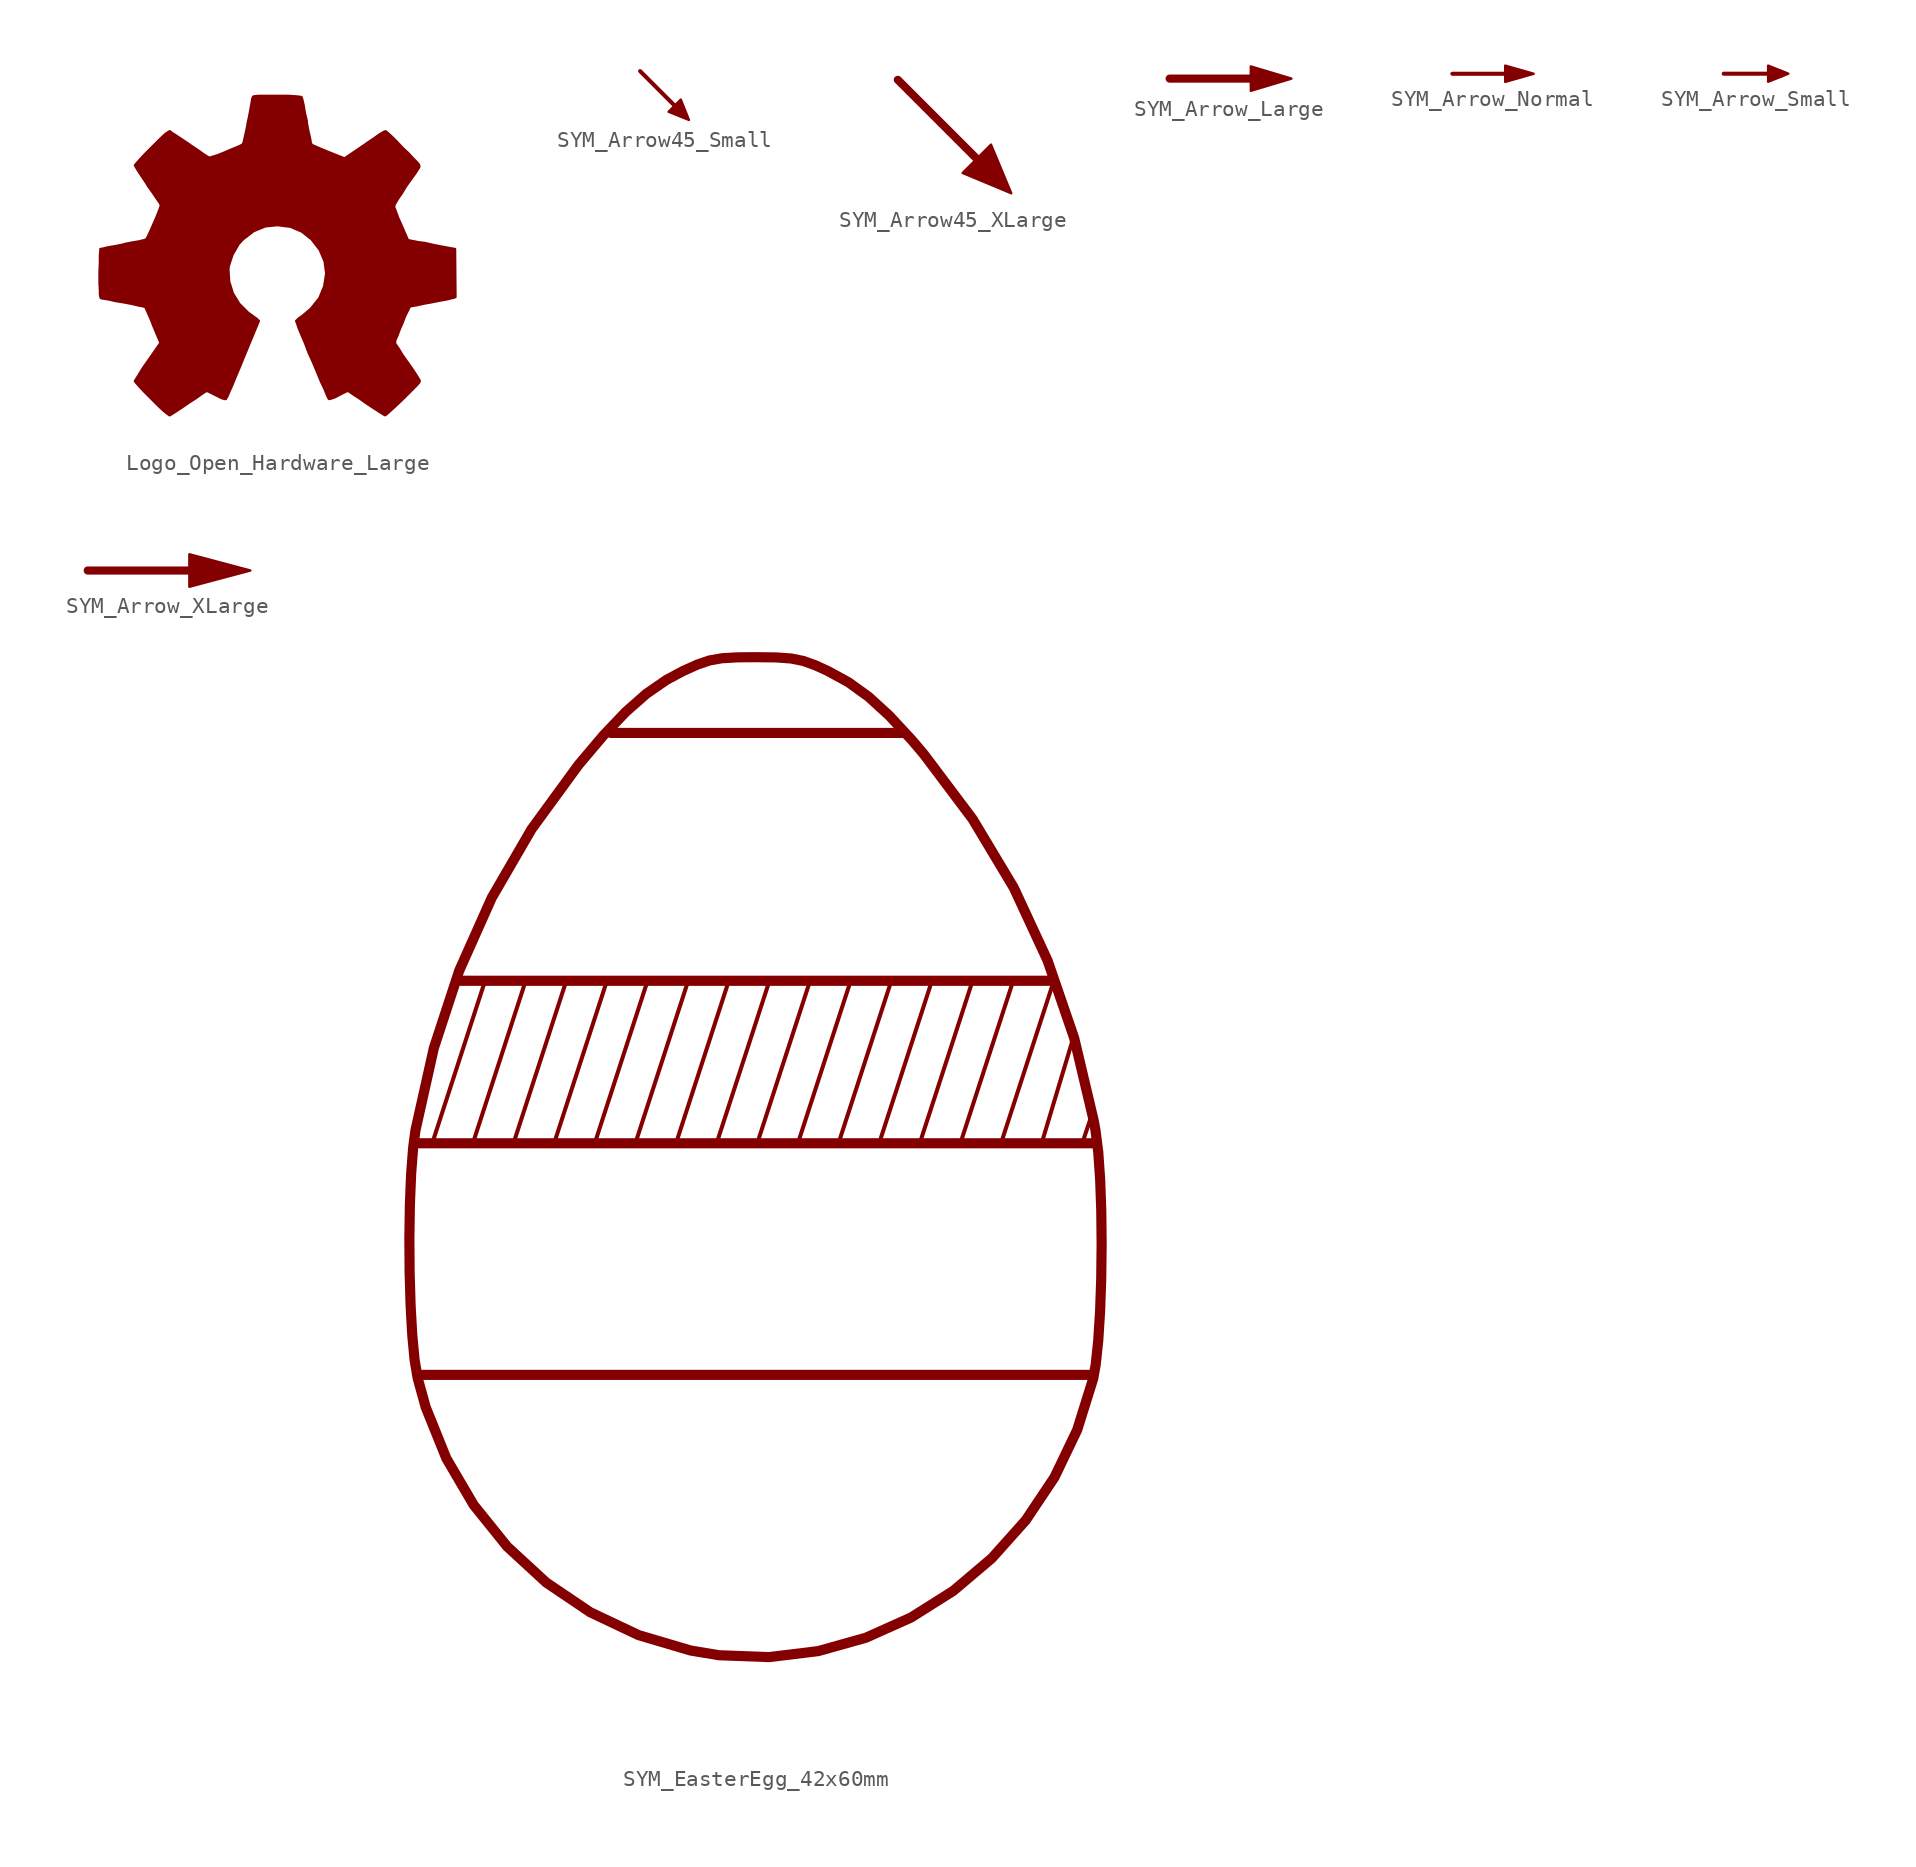
<source format=kicad_sym>
(kicad_symbol_lib
  (version 20241209)
  (generator "kicad_symbol_editor")
  (generator_version "9.0")
  (symbol "Logo_Open_Hardware_Large"
    (property "Reference" "#SYM"
      (at 0 12.7 0)
      (effects (font (size 1.27 1.27)) (hide yes)))
    (symbol "Logo_Open_Hardware_Large_1_1"
      (polyline (pts (xy 6.731 -8.712) (xy 6.629 -8.661) (xy 6.35 -8.484) (xy 5.994 -8.255) (xy 5.537 -7.95) (xy 5.105 -7.645) (xy 4.75 -7.417) (xy 4.496 -7.239) (xy 4.394 -7.188) (xy 4.318 -7.214) (xy 4.115 -7.315) (xy 3.81 -7.468) (xy 3.632 -7.569) (xy 3.353 -7.671) (xy 3.226 -7.696) (xy 3.2 -7.671) (xy 3.099 -7.468) (xy 2.946 -7.087) (xy 2.718 -6.604) (xy 2.489 -6.045) (xy 2.235 -5.436) (xy 1.956 -4.826) (xy 1.727 -4.216) (xy 1.499 -3.683) (xy 1.321 -3.251) (xy 1.219 -2.946) (xy 1.168 -2.819) (xy 1.194 -2.794) (xy 1.321 -2.667) (xy 1.575 -2.489) (xy 2.083 -2.057) (xy 2.616 -1.397) (xy 2.921 -0.66) (xy 3.048 0.152) (xy 2.946 0.914) (xy 2.642 1.626) (xy 2.134 2.286) (xy 1.524 2.769) (xy 0.813 3.073) (xy 0 3.175) (xy -0.762 3.099) (xy -1.499 2.794) (xy -2.159 2.286) (xy -2.438 1.981) (xy -2.819 1.321) (xy -3.048 0.61) (xy -3.073 0.432) (xy -3.023 -0.356) (xy -2.794 -1.092) (xy -2.388 -1.753) (xy -1.829 -2.311) (xy -1.753 -2.362) (xy -1.473 -2.565) (xy -1.295 -2.692) (xy -1.168 -2.819) (xy -2.159 -5.207) (xy -2.311 -5.588) (xy -2.591 -6.248) (xy -2.819 -6.807) (xy -3.023 -7.264) (xy -3.15 -7.569) (xy -3.226 -7.671) (xy -3.226 -7.696) (xy -3.302 -7.696) (xy -3.48 -7.645) (xy -3.835 -7.468) (xy -4.039 -7.366) (xy -4.293 -7.239) (xy -4.42 -7.188) (xy -4.521 -7.239) (xy -4.75 -7.391) (xy -5.105 -7.645) (xy -5.537 -7.925) (xy -5.944 -8.204) (xy -6.325 -8.458) (xy -6.604 -8.636) (xy -6.731 -8.712) (xy -6.756 -8.712) (xy -6.858 -8.636) (xy -7.087 -8.458) (xy -7.417 -8.153) (xy -7.874 -7.696) (xy -7.95 -7.62) (xy -8.331 -7.239) (xy -8.636 -6.909) (xy -8.839 -6.68) (xy -8.915 -6.579) (xy -8.915 -6.579) (xy -8.839 -6.452) (xy -8.661 -6.172) (xy -8.433 -5.791) (xy -8.128 -5.359) (xy -7.315 -4.191) (xy -7.772 -3.099) (xy -7.899 -2.769) (xy -8.077 -2.362) (xy -8.204 -2.083) (xy -8.255 -1.956) (xy -8.382 -1.905) (xy -8.661 -1.854) (xy -9.093 -1.753) (xy -9.627 -1.651) (xy -10.109 -1.575) (xy -10.541 -1.473) (xy -10.871 -1.422) (xy -11.024 -1.397) (xy -11.049 -1.372) (xy -11.074 -1.295) (xy -11.1 -1.143) (xy -11.1 -0.889) (xy -11.125 -0.457) (xy -11.125 0.152) (xy -11.125 0.229) (xy -11.1 0.813) (xy -11.1 1.27) (xy -11.074 1.549) (xy -11.074 1.676) (xy -11.074 1.676) (xy -10.922 1.702) (xy -10.617 1.778) (xy -10.16 1.854) (xy -9.652 1.956) (xy -9.601 1.981) (xy -9.093 2.083) (xy -8.636 2.159) (xy -8.331 2.235) (xy -8.204 2.286) (xy -8.179 2.311) (xy -8.077 2.515) (xy -7.925 2.845) (xy -7.747 3.251) (xy -7.569 3.658) (xy -7.417 4.039) (xy -7.315 4.318) (xy -7.29 4.445) (xy -7.29 4.445) (xy -7.366 4.572) (xy -7.544 4.826) (xy -7.798 5.207) (xy -8.128 5.664) (xy -8.128 5.69) (xy -8.433 6.147) (xy -8.687 6.528) (xy -8.839 6.782) (xy -8.915 6.909) (xy -8.915 6.909) (xy -8.814 7.036) (xy -8.585 7.29) (xy -8.255 7.645) (xy -7.874 8.026) (xy -7.747 8.153) (xy -7.315 8.585) (xy -7.01 8.865) (xy -6.833 8.992) (xy -6.731 9.042) (xy -6.731 9.042) (xy -6.604 8.941) (xy -6.325 8.763) (xy -5.944 8.509) (xy -5.486 8.204) (xy -5.461 8.179) (xy -5.004 7.874) (xy -4.648 7.62) (xy -4.369 7.442) (xy -4.267 7.391) (xy -4.242 7.391) (xy -4.064 7.442) (xy -3.734 7.544) (xy -3.353 7.696) (xy -2.946 7.874) (xy -2.565 8.026) (xy -2.286 8.153) (xy -2.159 8.23) (xy -2.159 8.23) (xy -2.108 8.382) (xy -2.032 8.712) (xy -1.93 9.169) (xy -1.829 9.728) (xy -1.803 9.804) (xy -1.702 10.338) (xy -1.626 10.77) (xy -1.575 11.074) (xy -1.524 11.201) (xy -1.448 11.227) (xy -1.194 11.252) (xy -0.813 11.252) (xy -0.33 11.252) (xy 0.152 11.252) (xy 0.66 11.252) (xy 1.067 11.227) (xy 1.372 11.201) (xy 1.499 11.176) (xy 1.499 11.176) (xy 1.549 11.024) (xy 1.626 10.693) (xy 1.702 10.211) (xy 1.829 9.677) (xy 1.829 9.576) (xy 1.93 9.042) (xy 2.032 8.611) (xy 2.083 8.306) (xy 2.134 8.204) (xy 2.159 8.179) (xy 2.388 8.077) (xy 2.743 7.925) (xy 3.175 7.747) (xy 4.191 7.341) (xy 5.461 8.204) (xy 5.563 8.28) (xy 6.02 8.585) (xy 6.375 8.839) (xy 6.629 8.992) (xy 6.756 9.042) (xy 6.756 9.042) (xy 6.883 8.941) (xy 7.137 8.712) (xy 7.468 8.382) (xy 7.849 7.976) (xy 8.153 7.696) (xy 8.484 7.341) (xy 8.712 7.112) (xy 8.839 6.96) (xy 8.865 6.858) (xy 8.865 6.807) (xy 8.788 6.68) (xy 8.611 6.401) (xy 8.331 6.02) (xy 8.026 5.588) (xy 7.798 5.207) (xy 7.518 4.801) (xy 7.341 4.496) (xy 7.29 4.343) (xy 7.29 4.293) (xy 7.391 4.039) (xy 7.518 3.683) (xy 7.722 3.226) (xy 8.153 2.235) (xy 8.788 2.108) (xy 9.195 2.057) (xy 9.754 1.93) (xy 10.262 1.829) (xy 11.1 1.676) (xy 11.125 -1.321) (xy 10.998 -1.372) (xy 10.871 -1.397) (xy 10.566 -1.473) (xy 10.135 -1.549) (xy 9.627 -1.651) (xy 9.195 -1.727) (xy 8.738 -1.829) (xy 8.433 -1.88) (xy 8.28 -1.905) (xy 8.255 -1.956) (xy 8.153 -2.159) (xy 7.976 -2.515) (xy 7.823 -2.921) (xy 7.645 -3.327) (xy 7.493 -3.734) (xy 7.366 -4.013) (xy 7.341 -4.191) (xy 7.391 -4.293) (xy 7.569 -4.547) (xy 7.798 -4.928) (xy 8.103 -5.359) (xy 8.407 -5.791) (xy 8.661 -6.172) (xy 8.814 -6.426) (xy 8.89 -6.553) (xy 8.865 -6.655) (xy 8.687 -6.858) (xy 8.357 -7.188) (xy 7.874 -7.671) (xy 7.798 -7.747) (xy 7.391 -8.128) (xy 7.061 -8.433) (xy 6.833 -8.636) (xy 6.731 -8.712)) (stroke (width 0) (type default)) (fill (type outline)))))
  (symbol "SYM_Arrow45_Small"
    (property "Reference" "#SYM"
      (at 4.318 1.016 0)
      (effects (font (size 1.27 1.27)) (hide yes)))
    (symbol "SYM_Arrow45_Small_0_1"
      (polyline (pts (xy 1.27 -1.27) (xy -1.524 1.524)) (stroke (width 0.254) (type default)) (fill (type none)))
      (polyline (pts (xy 1.524 -1.524) (xy 0.254 -1.016) (xy 1.016 -0.254) (xy 1.524 -1.524)) (stroke (width 0) (type default)) (fill (type outline)))))
  (symbol "SYM_Arrow45_XLarge"
    (property "Reference" "#SYM"
      (at 2.794 2.54 0)
      (effects (font (size 1.27 1.27)) (hide yes)))
    (symbol "SYM_Arrow45_XLarge_0_1"
      (polyline (pts (xy 3.048 -3.048) (xy -3.556 3.556)) (stroke (width 0.508) (type default)) (fill (type none)))
      (polyline (pts (xy 3.556 -3.556) (xy 0.508 -2.286) (xy 2.286 -0.508) (xy 3.556 -3.556)) (stroke (width 0) (type default)) (fill (type outline)))))
  (symbol "SYM_Arrow_Large"
    (property "Reference" "#SYM"
      (at 0 2.286 0)
      (effects (font (size 1.27 1.27)) (hide yes)))
    (symbol "SYM_Arrow_Large_0_1"
      (polyline (pts (xy 2.54 0) (xy -3.81 0)) (stroke (width 0.508) (type default)) (fill (type none)))
      (polyline (pts (xy 3.81 0) (xy 1.27 -0.762) (xy 1.27 0.762) (xy 3.81 0)) (stroke (width 0) (type default)) (fill (type outline)))))
  (symbol "SYM_Arrow_Normal"
    (property "Reference" "#SYM"
      (at 0 1.524 0)
      (effects (font (size 1.27 1.27)) (hide yes)))
    (symbol "SYM_Arrow_Normal_0_1"
      (polyline (pts (xy 1.524 0) (xy -2.54 0)) (stroke (width 0.254) (type default)) (fill (type none)))
      (polyline (pts (xy 2.54 0) (xy 0.762 -0.508) (xy 0.762 0.508) (xy 2.54 0)) (stroke (width 0) (type default)) (fill (type outline)))))
  (symbol "SYM_Arrow_Small"
    (property "Reference" "#SYM"
      (at 0 1.524 0)
      (effects (font (size 1.27 1.27)) (hide yes)))
    (symbol "SYM_Arrow_Small_0_1"
      (polyline (pts (xy 1.524 0) (xy -2.032 0)) (stroke (width 0.254) (type default)) (fill (type none)))
      (polyline (pts (xy 2.032 0) (xy 0.762 -0.508) (xy 0.762 0.508) (xy 2.032 0)) (stroke (width 0) (type default)) (fill (type outline)))))
  (symbol "SYM_Arrow_XLarge"
    (property "Reference" "#SYM"
      (at 0 2.286 0)
      (effects (font (size 1.27 1.27)) (hide yes)))
    (symbol "SYM_Arrow_XLarge_0_1"
      (polyline (pts (xy 2.54 0) (xy -5.08 0)) (stroke (width 0.508) (type default)) (fill (type none)))
      (polyline (pts (xy 5.08 0) (xy 1.27 -1.016) (xy 1.27 1.016) (xy 5.08 0)) (stroke (width 0) (type default)) (fill (type outline)))))
  (symbol "SYM_EasterEgg_42x60mm"
    (property "Reference" "SYM"
      (at 0 0 0)
      (effects (font (size 1.27 1.27)) (hide yes)))
    (symbol "SYM_EasterEgg_42x60mm_0_0"
      (polyline (pts (xy -21.336 31.75) (xy 21.082 31.75)) (stroke (width 0.635) (type default)) (fill (type none)))
      (polyline (pts (xy -21.082 17.272) (xy 20.828 17.272)) (stroke (width 0.635) (type default)) (fill (type none)))
      (polyline (pts (xy -20.32 31.75) (xy -17.018 41.91)) (stroke (width 0.254) (type default)) (fill (type none)))
      (polyline (pts (xy -18.542 41.91) (xy 18.542 41.91)) (stroke (width 0.635) (type default)) (fill (type none)))
      (polyline (pts (xy -17.78 31.75) (xy -14.478 41.91)) (stroke (width 0.254) (type default)) (fill (type none)))
      (polyline (pts (xy -15.24 31.75) (xy -11.938 41.91)) (stroke (width 0.254) (type default)) (fill (type none)))
      (polyline (pts (xy -12.7 31.75) (xy -9.398 41.91)) (stroke (width 0.254) (type default)) (fill (type none)))
      (polyline (pts (xy -10.16 31.75) (xy -6.858 41.91)) (stroke (width 0.254) (type default)) (fill (type none)))
      (polyline (pts (xy -9.144 57.404) (xy 9.144 57.404)) (stroke (width 0.635) (type default)) (fill (type none)))
      (polyline (pts (xy -7.62 31.75) (xy -4.318 41.91)) (stroke (width 0.254) (type default)) (fill (type none)))
      (polyline (pts (xy -5.08 31.75) (xy -1.778 41.91)) (stroke (width 0.254) (type default)) (fill (type none)))
      (polyline (pts (xy -2.54 31.75) (xy 0.762 41.91)) (stroke (width 0.254) (type default)) (fill (type none)))
      (polyline (pts (xy 0 31.75) (xy 3.302 41.91)) (stroke (width 0.254) (type default)) (fill (type none)))
      (polyline (pts (xy 2.54 31.75) (xy 5.842 41.91)) (stroke (width 0.254) (type default)) (fill (type none)))
      (polyline (pts (xy 3.81 0) (xy 6.788 0.836) (xy 9.619 2.103) (xy 12.26 3.77) (xy 14.664 5.807) (xy 16.786 8.182) (xy 18.58 10.865) (xy 20.001 13.826) (xy 21.003 17.033) (xy 21.158 17.902) (xy 21.318 19.406) (xy 21.434 21.239) (xy 21.505 23.284) (xy 21.53 25.422) (xy 21.508 27.536) (xy 21.437 29.507) (xy 21.317 31.219) (xy 21.147 32.553) (xy 21.029 33.198) (xy 19.813 38.333) (xy 18.153 43.169) (xy 16.04 47.725) (xy 13.464 52.02) (xy 10.417 56.073) (xy 9.657 56.967) (xy 8.248 58.489) (xy 6.964 59.662) (xy 5.712 60.567) (xy 4.396 61.286) (xy 3.647 61.627) (xy 2.887 61.904) (xy 2.127 62.058) (xy 1.188 62.126) (xy -0.111 62.141) (xy -1.219 62.132) (xy -2.206 62.075) (xy -2.983 61.938) (xy -3.731 61.684) (xy -4.63 61.281) (xy -5.679 60.72) (xy -6.936 59.851) (xy -8.219 58.722) (xy -9.608 57.262) (xy -11.181 55.401) (xy -14.114 51.384) (xy -16.6 47.099) (xy -18.632 42.547) (xy -20.219 37.706) (xy -21.371 32.553) (xy -21.514 31.476) (xy -21.64 29.836) (xy -21.718 27.918) (xy -21.75 25.836) (xy -21.735 23.71) (xy -21.675 21.654) (xy -21.572 19.788) (xy -21.426 18.226) (xy -21.237 17.086) (xy -20.729 15.249) (xy -19.441 12.055) (xy -17.731 9.139) (xy -15.636 6.537) (xy -13.194 4.288) (xy -10.443 2.43) (xy -7.421 1) (xy -4.164 0.036) (xy -2.401 -0.257) (xy 0.732 -0.375) (xy 3.81 0)) (stroke (width 0.635) (type default)) (fill (type none)))
      (polyline (pts (xy 5.08 31.75) (xy 8.382 41.91)) (stroke (width 0.254) (type default)) (fill (type none)))
      (polyline (pts (xy 7.62 31.75) (xy 10.922 41.91)) (stroke (width 0.254) (type default)) (fill (type none)))
      (polyline (pts (xy 10.16 31.75) (xy 13.462 41.91)) (stroke (width 0.254) (type default)) (fill (type none)))
      (polyline (pts (xy 12.7 31.75) (xy 16.002 41.91)) (stroke (width 0.254) (type default)) (fill (type none)))
      (polyline (pts (xy 15.24 31.75) (xy 18.542 41.91)) (stroke (width 0.254) (type default)) (fill (type none)))
      (polyline (pts (xy 17.78 31.75) (xy 19.685 38.1)) (stroke (width 0.254) (type default)) (fill (type none)))
      (polyline (pts (xy 20.32 31.75) (xy 20.955 33.655)) (stroke (width 0.254) (type default)) (fill (type none))))))
</source>
